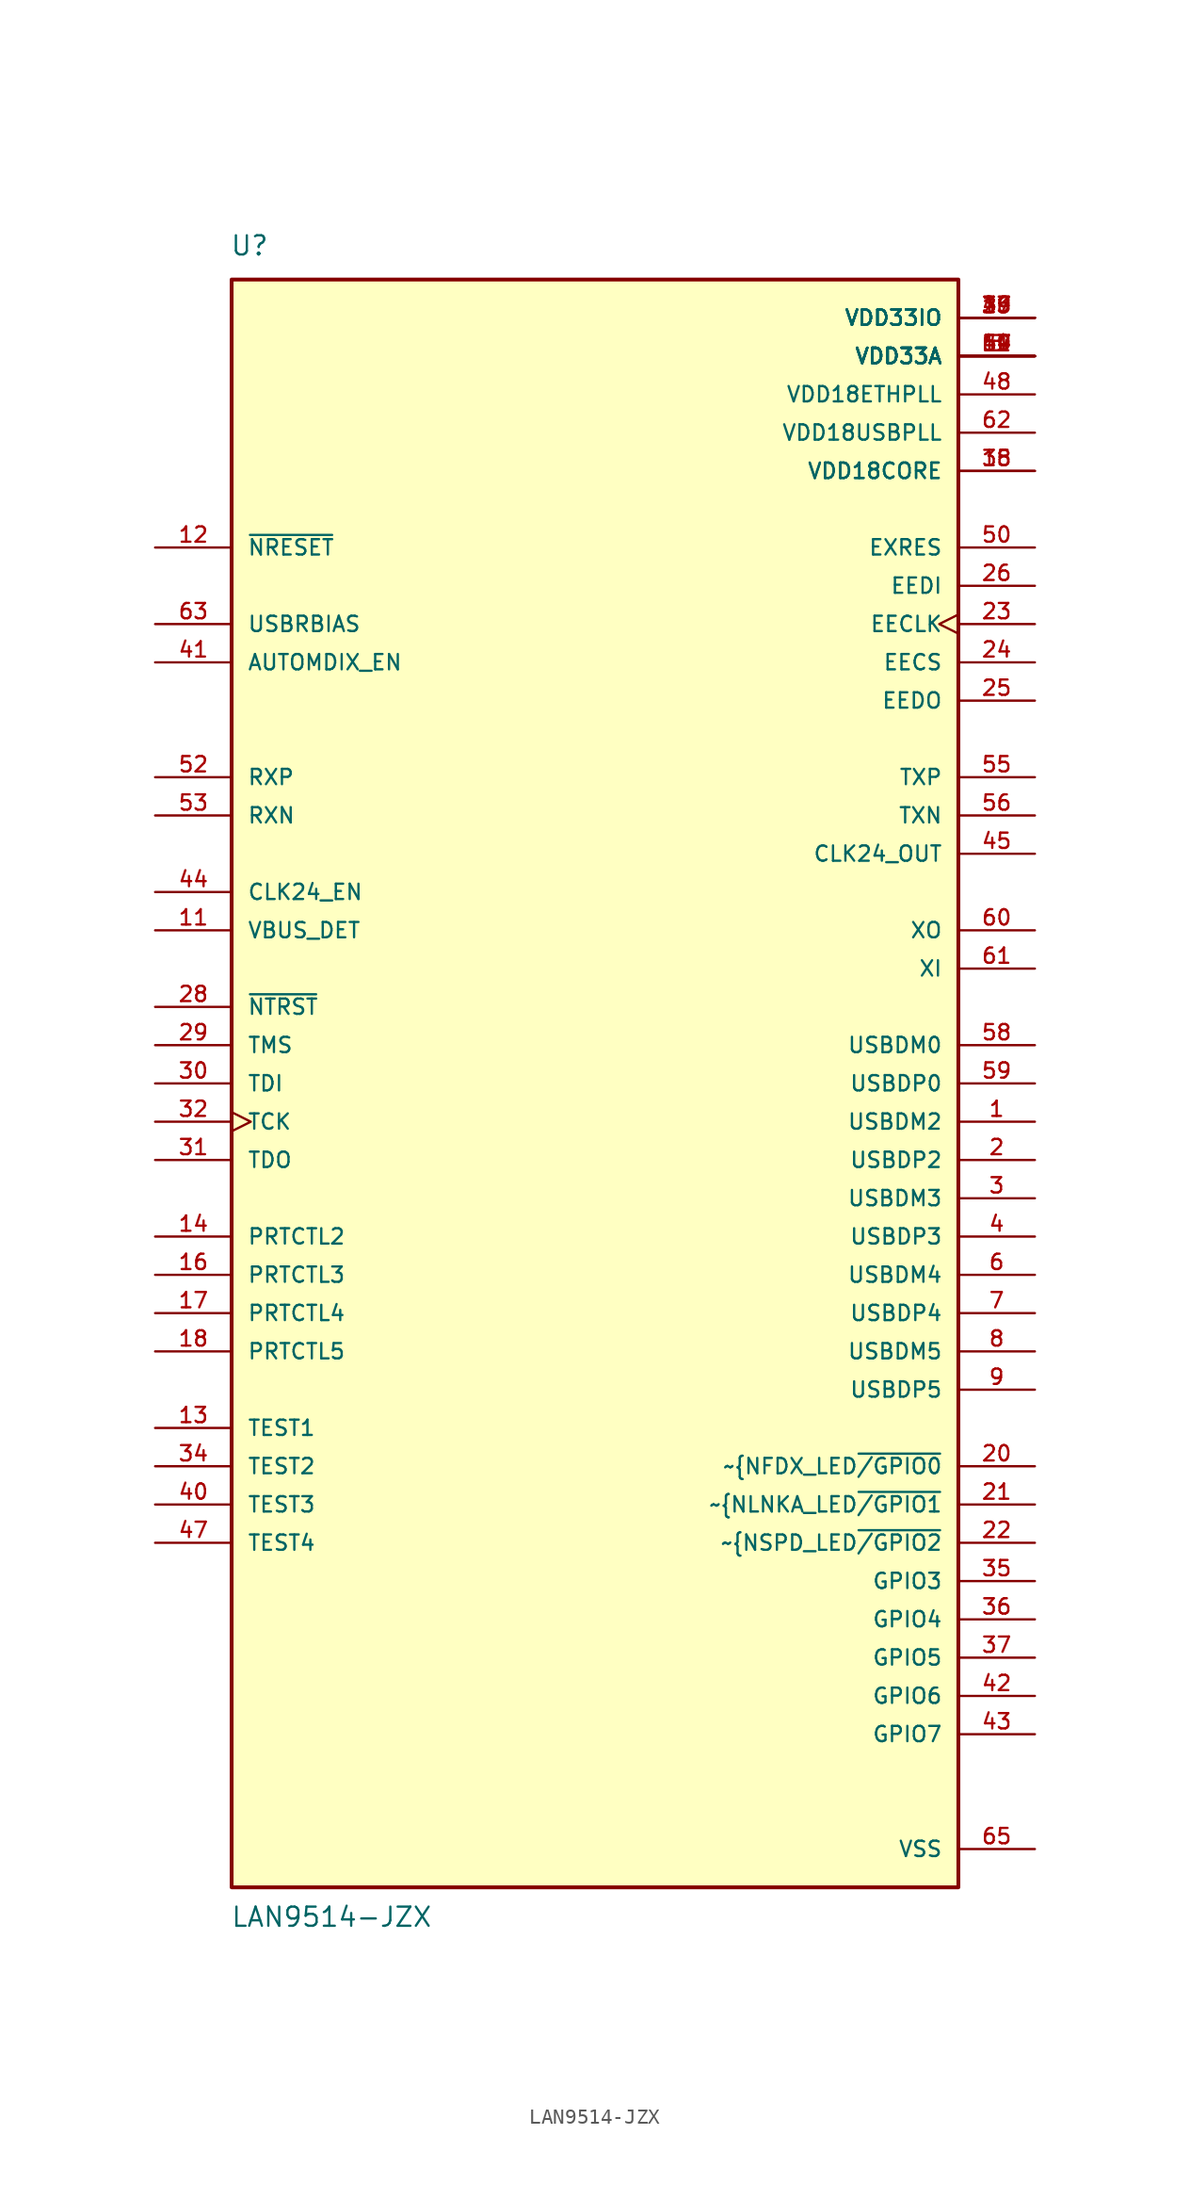
<source format=kicad_sym>
(kicad_symbol_lib
  (version 20211014)
  (generator kicad_symbol_editor)
  (symbol "LAN9514-JZX"
    (pin_names
      (offset 1.016))
    (property "Reference" "U"
      (at -25.518 52.304 0)
      (effects (font (size 1.27 1.27)) (justify bottom left)))
    (property "Value" "LAN9514-JZX"
      (at -25.483 -58.593 0)
      (effects (font (size 1.27 1.27)) (justify bottom left)))
    (symbol "LAN9514-JZX_0_0"
      (rectangle (start -25.4 -55.88) (end 22.86 50.8) (stroke (width 0.254)) (fill (type background)))
      (pin input line (at -30.48 7.62 0) (length 5.08) (name "VBUS_DET" (effects (font (size 1.016 1.016)))) (number "11" (effects (font (size 1.016 1.016)))))
      (pin input line (at -30.48 33.02 0) (length 5.08) (name "~{NRESET}" (effects (font (size 1.016 1.016)))) (number "12" (effects (font (size 1.016 1.016)))))
      (pin input line (at 27.94 30.48 180.0) (length 5.08) (name "EEDI" (effects (font (size 1.016 1.016)))) (number "26" (effects (font (size 1.016 1.016)))))
      (pin input line (at -30.48 2.54 0) (length 5.08) (name "~{NTRST}" (effects (font (size 1.016 1.016)))) (number "28" (effects (font (size 1.016 1.016)))))
      (pin input line (at -30.48 0.0 0) (length 5.08) (name "TMS" (effects (font (size 1.016 1.016)))) (number "29" (effects (font (size 1.016 1.016)))))
      (pin input line (at -30.48 -2.54 0) (length 5.08) (name "TDI" (effects (font (size 1.016 1.016)))) (number "30" (effects (font (size 1.016 1.016)))))
      (pin input clock (at -30.48 -5.08 0) (length 5.08) (name "TCK" (effects (font (size 1.016 1.016)))) (number "32" (effects (font (size 1.016 1.016)))))
      (pin input line (at -30.48 25.4 0) (length 5.08) (name "AUTOMDIX_EN" (effects (font (size 1.016 1.016)))) (number "41" (effects (font (size 1.016 1.016)))))
      (pin input line (at -30.48 10.16 0) (length 5.08) (name "CLK24_EN" (effects (font (size 1.016 1.016)))) (number "44" (effects (font (size 1.016 1.016)))))
      (pin input line (at 27.94 33.02 180.0) (length 5.08) (name "EXRES" (effects (font (size 1.016 1.016)))) (number "50" (effects (font (size 1.016 1.016)))))
      (pin input line (at 27.94 5.08 180.0) (length 5.08) (name "XI" (effects (font (size 1.016 1.016)))) (number "61" (effects (font (size 1.016 1.016)))))
      (pin input line (at -30.48 27.94 0) (length 5.08) (name "USBRBIAS" (effects (font (size 1.016 1.016)))) (number "63" (effects (font (size 1.016 1.016)))))
      (pin bidirectional line (at 27.94 -5.08 180.0) (length 5.08) (name "USBDM2" (effects (font (size 1.016 1.016)))) (number "1" (effects (font (size 1.016 1.016)))))
      (pin bidirectional line (at 27.94 -7.62 180.0) (length 5.08) (name "USBDP2" (effects (font (size 1.016 1.016)))) (number "2" (effects (font (size 1.016 1.016)))))
      (pin bidirectional line (at 27.94 -10.16 180.0) (length 5.08) (name "USBDM3" (effects (font (size 1.016 1.016)))) (number "3" (effects (font (size 1.016 1.016)))))
      (pin bidirectional line (at 27.94 -12.7 180.0) (length 5.08) (name "USBDP3" (effects (font (size 1.016 1.016)))) (number "4" (effects (font (size 1.016 1.016)))))
      (pin bidirectional line (at 27.94 -15.24 180.0) (length 5.08) (name "USBDM4" (effects (font (size 1.016 1.016)))) (number "6" (effects (font (size 1.016 1.016)))))
      (pin bidirectional line (at 27.94 -17.78 180.0) (length 5.08) (name "USBDP4" (effects (font (size 1.016 1.016)))) (number "7" (effects (font (size 1.016 1.016)))))
      (pin bidirectional line (at 27.94 -20.32 180.0) (length 5.08) (name "USBDM5" (effects (font (size 1.016 1.016)))) (number "8" (effects (font (size 1.016 1.016)))))
      (pin bidirectional line (at 27.94 -22.86 180.0) (length 5.08) (name "USBDP5" (effects (font (size 1.016 1.016)))) (number "9" (effects (font (size 1.016 1.016)))))
      (pin bidirectional line (at -30.48 -12.7 0) (length 5.08) (name "PRTCTL2" (effects (font (size 1.016 1.016)))) (number "14" (effects (font (size 1.016 1.016)))))
      (pin bidirectional line (at -30.48 -15.24 0) (length 5.08) (name "PRTCTL3" (effects (font (size 1.016 1.016)))) (number "16" (effects (font (size 1.016 1.016)))))
      (pin bidirectional line (at -30.48 -17.78 0) (length 5.08) (name "PRTCTL4" (effects (font (size 1.016 1.016)))) (number "17" (effects (font (size 1.016 1.016)))))
      (pin bidirectional line (at -30.48 -20.32 0) (length 5.08) (name "PRTCTL5" (effects (font (size 1.016 1.016)))) (number "18" (effects (font (size 1.016 1.016)))))
      (pin bidirectional line (at 27.94 -27.94 180.0) (length 5.08) (name "~{NFDX_LED~{/GPIO0}" (effects (font (size 1.016 1.016)))) (number "20" (effects (font (size 1.016 1.016)))))
      (pin bidirectional line (at 27.94 -30.48 180.0) (length 5.08) (name "~{NLNKA_LED~{/GPIO1}" (effects (font (size 1.016 1.016)))) (number "21" (effects (font (size 1.016 1.016)))))
      (pin bidirectional line (at 27.94 -33.02 180.0) (length 5.08) (name "~{NSPD_LED~{/GPIO2}" (effects (font (size 1.016 1.016)))) (number "22" (effects (font (size 1.016 1.016)))))
      (pin bidirectional line (at 27.94 -35.56 180.0) (length 5.08) (name "GPIO3" (effects (font (size 1.016 1.016)))) (number "35" (effects (font (size 1.016 1.016)))))
      (pin bidirectional line (at 27.94 -38.1 180.0) (length 5.08) (name "GPIO4" (effects (font (size 1.016 1.016)))) (number "36" (effects (font (size 1.016 1.016)))))
      (pin bidirectional line (at 27.94 -40.64 180.0) (length 5.08) (name "GPIO5" (effects (font (size 1.016 1.016)))) (number "37" (effects (font (size 1.016 1.016)))))
      (pin bidirectional line (at 27.94 -43.18 180.0) (length 5.08) (name "GPIO6" (effects (font (size 1.016 1.016)))) (number "42" (effects (font (size 1.016 1.016)))))
      (pin bidirectional line (at 27.94 -45.72 180.0) (length 5.08) (name "GPIO7" (effects (font (size 1.016 1.016)))) (number "43" (effects (font (size 1.016 1.016)))))
      (pin input line (at -30.48 17.78 0) (length 5.08) (name "RXP" (effects (font (size 1.016 1.016)))) (number "52" (effects (font (size 1.016 1.016)))))
      (pin input line (at -30.48 15.24 0) (length 5.08) (name "RXN" (effects (font (size 1.016 1.016)))) (number "53" (effects (font (size 1.016 1.016)))))
      (pin output line (at 27.94 17.78 180.0) (length 5.08) (name "TXP" (effects (font (size 1.016 1.016)))) (number "55" (effects (font (size 1.016 1.016)))))
      (pin output line (at 27.94 15.24 180.0) (length 5.08) (name "TXN" (effects (font (size 1.016 1.016)))) (number "56" (effects (font (size 1.016 1.016)))))
      (pin bidirectional line (at 27.94 0.0 180.0) (length 5.08) (name "USBDM0" (effects (font (size 1.016 1.016)))) (number "58" (effects (font (size 1.016 1.016)))))
      (pin bidirectional line (at 27.94 -2.54 180.0) (length 5.08) (name "USBDP0" (effects (font (size 1.016 1.016)))) (number "59" (effects (font (size 1.016 1.016)))))
      (pin output clock (at 27.94 27.94 180.0) (length 5.08) (name "EECLK" (effects (font (size 1.016 1.016)))) (number "23" (effects (font (size 1.016 1.016)))))
      (pin output line (at 27.94 25.4 180.0) (length 5.08) (name "EECS" (effects (font (size 1.016 1.016)))) (number "24" (effects (font (size 1.016 1.016)))))
      (pin output line (at 27.94 22.86 180.0) (length 5.08) (name "EEDO" (effects (font (size 1.016 1.016)))) (number "25" (effects (font (size 1.016 1.016)))))
      (pin output line (at -30.48 -7.62 0) (length 5.08) (name "TDO" (effects (font (size 1.016 1.016)))) (number "31" (effects (font (size 1.016 1.016)))))
      (pin output line (at 27.94 12.7 180.0) (length 5.08) (name "CLK24_OUT" (effects (font (size 1.016 1.016)))) (number "45" (effects (font (size 1.016 1.016)))))
      (pin output line (at 27.94 7.62 180.0) (length 5.08) (name "XO" (effects (font (size 1.016 1.016)))) (number "60" (effects (font (size 1.016 1.016)))))
      (pin passive line (at -30.48 -25.4 0) (length 5.08) (name "TEST1" (effects (font (size 1.016 1.016)))) (number "13" (effects (font (size 1.016 1.016)))))
      (pin passive line (at -30.48 -27.94 0) (length 5.08) (name "TEST2" (effects (font (size 1.016 1.016)))) (number "34" (effects (font (size 1.016 1.016)))))
      (pin passive line (at -30.48 -30.48 0) (length 5.08) (name "TEST3" (effects (font (size 1.016 1.016)))) (number "40" (effects (font (size 1.016 1.016)))))
      (pin passive line (at -30.48 -33.02 0) (length 5.08) (name "TEST4" (effects (font (size 1.016 1.016)))) (number "47" (effects (font (size 1.016 1.016)))))
      (pin power_in line (at 27.94 48.26 180.0) (length 5.08) (name "VDD33IO" (effects (font (size 1.016 1.016)))) (number "19" (effects (font (size 1.016 1.016)))))
      (pin power_in line (at 27.94 48.26 180.0) (length 5.08) (name "VDD33IO" (effects (font (size 1.016 1.016)))) (number "27" (effects (font (size 1.016 1.016)))))
      (pin power_in line (at 27.94 48.26 180.0) (length 5.08) (name "VDD33IO" (effects (font (size 1.016 1.016)))) (number "33" (effects (font (size 1.016 1.016)))))
      (pin power_in line (at 27.94 48.26 180.0) (length 5.08) (name "VDD33IO" (effects (font (size 1.016 1.016)))) (number "39" (effects (font (size 1.016 1.016)))))
      (pin power_in line (at 27.94 48.26 180.0) (length 5.08) (name "VDD33IO" (effects (font (size 1.016 1.016)))) (number "46" (effects (font (size 1.016 1.016)))))
      (pin power_in line (at 27.94 38.1 180.0) (length 5.08) (name "VDD18CORE" (effects (font (size 1.016 1.016)))) (number "15" (effects (font (size 1.016 1.016)))))
      (pin power_in line (at 27.94 38.1 180.0) (length 5.08) (name "VDD18CORE" (effects (font (size 1.016 1.016)))) (number "38" (effects (font (size 1.016 1.016)))))
      (pin power_in line (at 27.94 43.18 180.0) (length 5.08) (name "VDD18ETHPLL" (effects (font (size 1.016 1.016)))) (number "48" (effects (font (size 1.016 1.016)))))
      (pin power_in line (at 27.94 40.64 180.0) (length 5.08) (name "VDD18USBPLL" (effects (font (size 1.016 1.016)))) (number "62" (effects (font (size 1.016 1.016)))))
      (pin power_in line (at 27.94 45.72 180.0) (length 5.08) (name "VDD33A" (effects (font (size 1.016 1.016)))) (number "5" (effects (font (size 1.016 1.016)))))
      (pin power_in line (at 27.94 45.72 180.0) (length 5.08) (name "VDD33A" (effects (font (size 1.016 1.016)))) (number "10" (effects (font (size 1.016 1.016)))))
      (pin power_in line (at 27.94 45.72 180.0) (length 5.08) (name "VDD33A" (effects (font (size 1.016 1.016)))) (number "49" (effects (font (size 1.016 1.016)))))
      (pin power_in line (at 27.94 45.72 180.0) (length 5.08) (name "VDD33A" (effects (font (size 1.016 1.016)))) (number "51" (effects (font (size 1.016 1.016)))))
      (pin power_in line (at 27.94 45.72 180.0) (length 5.08) (name "VDD33A" (effects (font (size 1.016 1.016)))) (number "54" (effects (font (size 1.016 1.016)))))
      (pin power_in line (at 27.94 45.72 180.0) (length 5.08) (name "VDD33A" (effects (font (size 1.016 1.016)))) (number "57" (effects (font (size 1.016 1.016)))))
      (pin power_in line (at 27.94 45.72 180.0) (length 5.08) (name "VDD33A" (effects (font (size 1.016 1.016)))) (number "64" (effects (font (size 1.016 1.016)))))
      (pin power_in line (at 27.94 -53.34 180.0) (length 5.08) (name "VSS" (effects (font (size 1.016 1.016)))) (number "65" (effects (font (size 1.016 1.016))))))))
</source>
